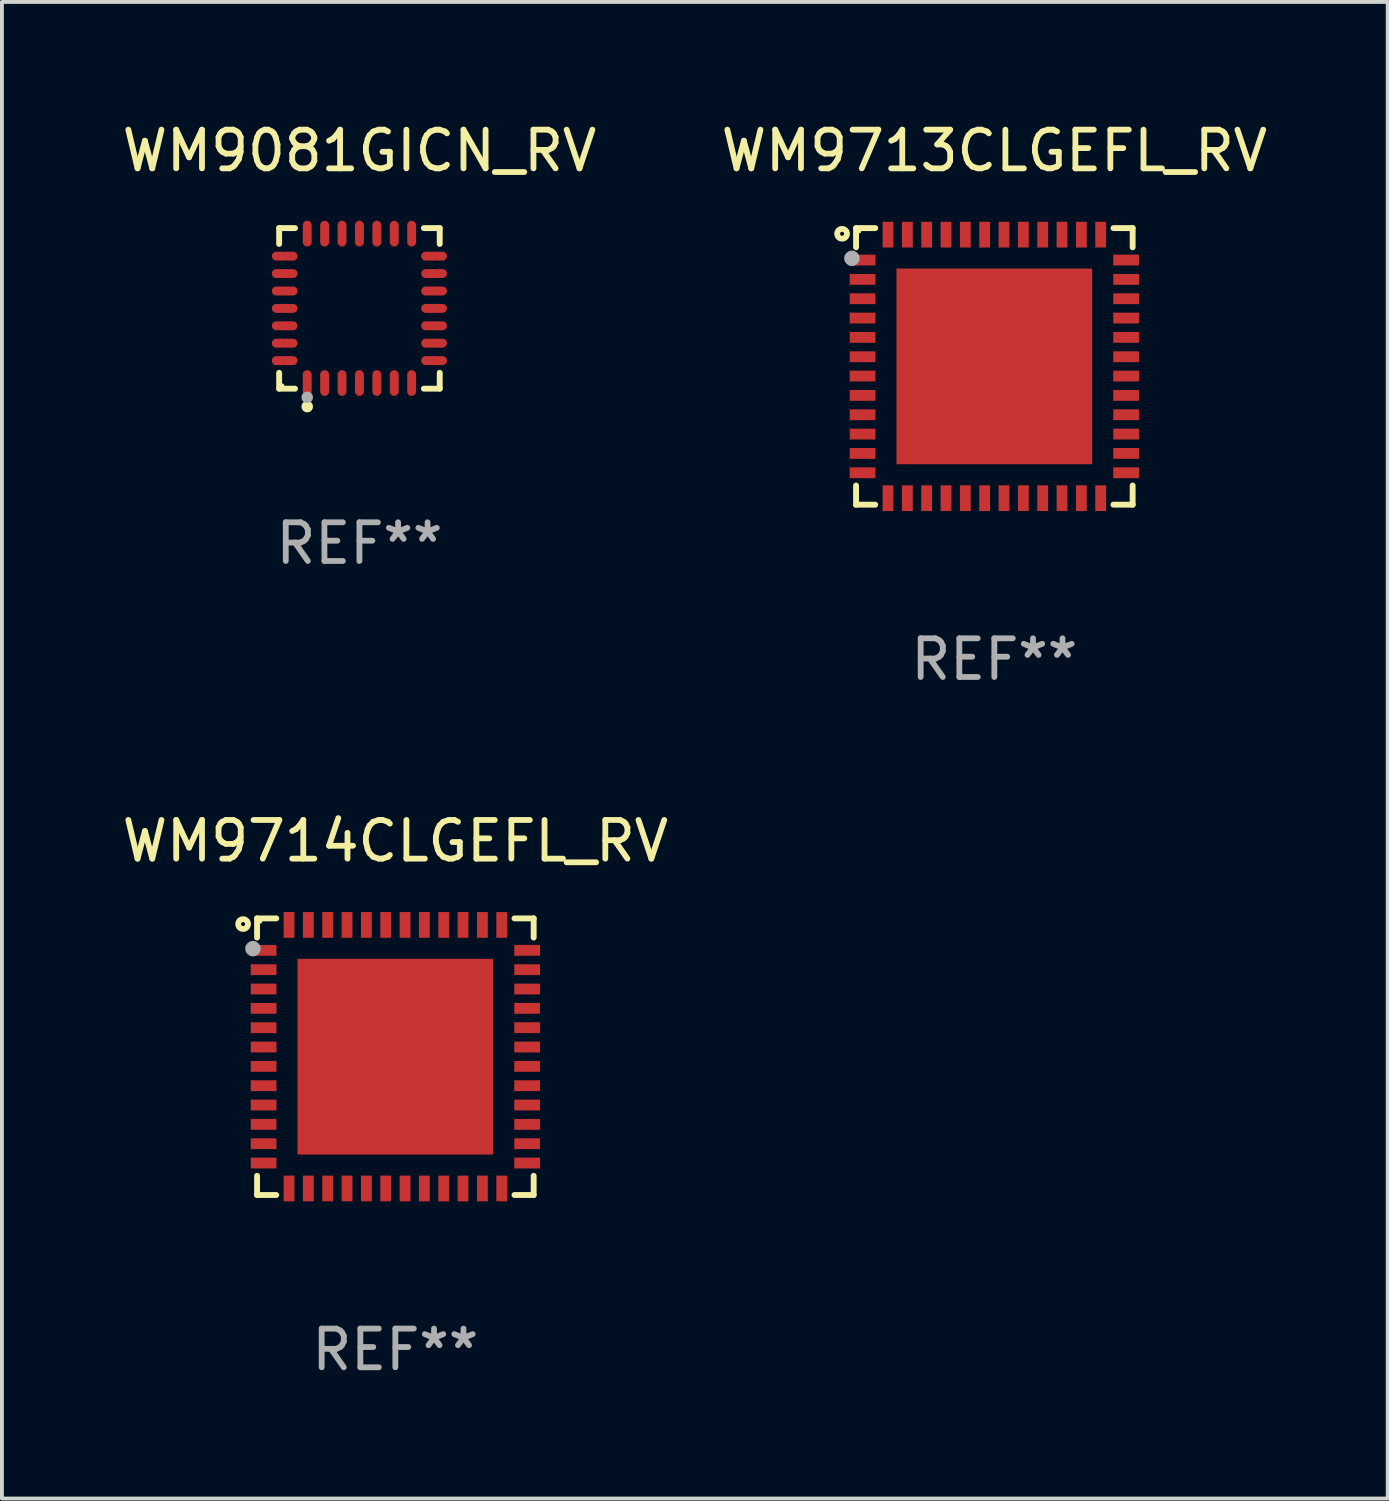
<source format=kicad_pcb>
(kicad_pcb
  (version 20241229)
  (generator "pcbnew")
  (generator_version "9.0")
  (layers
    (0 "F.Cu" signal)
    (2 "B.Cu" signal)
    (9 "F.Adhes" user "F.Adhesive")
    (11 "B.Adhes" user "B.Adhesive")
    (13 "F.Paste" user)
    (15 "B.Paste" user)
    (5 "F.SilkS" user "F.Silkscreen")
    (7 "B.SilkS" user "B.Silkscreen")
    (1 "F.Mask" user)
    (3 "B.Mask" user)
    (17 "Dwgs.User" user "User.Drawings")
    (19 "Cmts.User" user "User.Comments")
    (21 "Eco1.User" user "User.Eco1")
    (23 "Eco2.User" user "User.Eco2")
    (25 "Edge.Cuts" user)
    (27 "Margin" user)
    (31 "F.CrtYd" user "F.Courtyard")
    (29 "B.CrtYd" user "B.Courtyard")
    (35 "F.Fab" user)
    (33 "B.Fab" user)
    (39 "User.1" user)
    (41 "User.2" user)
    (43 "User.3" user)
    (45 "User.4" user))
  (footprint "WM9714CLGEFL_RV"
    (layer "F.Cu")
    (at 7.173 24.273)
    (property "Reference" "WM9714CLGEFL_RV" (at 0 -5.576 0) (layer "F.SilkS") (effects (font (size 1 1) (thickness 0.15))))
    (attr through_hole)
    (fp_line (start -3.576 -3.576) (end -3.576 -3.08) (stroke (width 0.152) (type solid)) (layer "F.SilkS"))
    (fp_line (start -3.576 3.576) (end -3.576 3.08) (stroke (width 0.152) (type solid)) (layer "F.SilkS"))
    (fp_line (start -3.08 -3.576) (end -3.576 -3.576) (stroke (width 0.152) (type solid)) (layer "F.SilkS"))
    (fp_line (start -3.08 3.576) (end -3.576 3.576) (stroke (width 0.152) (type solid)) (layer "F.SilkS"))
    (fp_line (start 3.08 -3.576) (end 3.576 -3.576) (stroke (width 0.152) (type solid)) (layer "F.SilkS"))
    (fp_line (start 3.08 3.576) (end 3.576 3.576) (stroke (width 0.152) (type solid)) (layer "F.SilkS"))
    (fp_line (start 3.576 -3.576) (end 3.576 -3.08) (stroke (width 0.152) (type solid)) (layer "F.SilkS"))
    (fp_line (start 3.576 3.576) (end 3.576 3.08) (stroke (width 0.152) (type solid)) (layer "F.SilkS"))
    (fp_circle (center -3.937 -3.429) (end -3.81 -3.429) (stroke (width 0.15) (type solid)) (fill no) (layer "F.SilkS"))
    (fp_circle (center -3.5 -3.5) (end -3.47 -3.5) (stroke (width 0.06) (type solid)) (fill no) (layer "F.SilkS"))
    (fp_circle (center -3.683 -2.794) (end -3.583 -2.794) (stroke (width 0.2) (type solid)) (fill no) (layer "F.Fab"))
    (fp_text user "REF**" (at 0 7.576 0) (layer "F.Fab") (effects (font (size 1 1) (thickness 0.15))))
    (pad "1" smd rect (at -3.407 -2.75) (size 0.665 0.28) (layers "F.Cu" "F.Mask" "F.Paste"))
    (pad "2" smd rect (at -3.407 -2.25) (size 0.665 0.28) (layers "F.Cu" "F.Mask" "F.Paste"))
    (pad "3" smd rect (at -3.407 -1.75) (size 0.665 0.28) (layers "F.Cu" "F.Mask" "F.Paste"))
    (pad "4" smd rect (at -3.407 -1.25) (size 0.665 0.28) (layers "F.Cu" "F.Mask" "F.Paste"))
    (pad "5" smd rect (at -3.407 -0.75) (size 0.665 0.28) (layers "F.Cu" "F.Mask" "F.Paste"))
    (pad "6" smd rect (at -3.407 -0.25) (size 0.665 0.28) (layers "F.Cu" "F.Mask" "F.Paste"))
    (pad "7" smd rect (at -3.407 0.25) (size 0.665 0.28) (layers "F.Cu" "F.Mask" "F.Paste"))
    (pad "8" smd rect (at -3.407 0.75) (size 0.665 0.28) (layers "F.Cu" "F.Mask" "F.Paste"))
    (pad "9" smd rect (at -3.407 1.25) (size 0.665 0.28) (layers "F.Cu" "F.Mask" "F.Paste"))
    (pad "10" smd rect (at -3.407 1.75) (size 0.665 0.28) (layers "F.Cu" "F.Mask" "F.Paste"))
    (pad "11" smd rect (at -3.407 2.25) (size 0.665 0.28) (layers "F.Cu" "F.Mask" "F.Paste"))
    (pad "12" smd rect (at -3.407 2.75) (size 0.665 0.28) (layers "F.Cu" "F.Mask" "F.Paste"))
    (pad "13" smd rect (at -2.75 3.407) (size 0.28 0.665) (layers "F.Cu" "F.Mask" "F.Paste"))
    (pad "14" smd rect (at -2.25 3.407) (size 0.28 0.665) (layers "F.Cu" "F.Mask" "F.Paste"))
    (pad "15" smd rect (at -1.75 3.407) (size 0.28 0.665) (layers "F.Cu" "F.Mask" "F.Paste"))
    (pad "16" smd rect (at -1.25 3.407) (size 0.28 0.665) (layers "F.Cu" "F.Mask" "F.Paste"))
    (pad "17" smd rect (at -0.75 3.407) (size 0.28 0.665) (layers "F.Cu" "F.Mask" "F.Paste"))
    (pad "18" smd rect (at -0.25 3.407) (size 0.28 0.665) (layers "F.Cu" "F.Mask" "F.Paste"))
    (pad "19" smd rect (at 0.25 3.407) (size 0.28 0.665) (layers "F.Cu" "F.Mask" "F.Paste"))
    (pad "20" smd rect (at 0.75 3.407) (size 0.28 0.665) (layers "F.Cu" "F.Mask" "F.Paste"))
    (pad "21" smd rect (at 1.25 3.407) (size 0.28 0.665) (layers "F.Cu" "F.Mask" "F.Paste"))
    (pad "22" smd rect (at 1.75 3.407) (size 0.28 0.665) (layers "F.Cu" "F.Mask" "F.Paste"))
    (pad "23" smd rect (at 2.25 3.407) (size 0.28 0.665) (layers "F.Cu" "F.Mask" "F.Paste"))
    (pad "24" smd rect (at 2.75 3.407) (size 0.28 0.665) (layers "F.Cu" "F.Mask" "F.Paste"))
    (pad "25" smd rect (at 3.407 2.75) (size 0.665 0.28) (layers "F.Cu" "F.Mask" "F.Paste"))
    (pad "26" smd rect (at 3.407 2.25) (size 0.665 0.28) (layers "F.Cu" "F.Mask" "F.Paste"))
    (pad "27" smd rect (at 3.407 1.75) (size 0.665 0.28) (layers "F.Cu" "F.Mask" "F.Paste"))
    (pad "28" smd rect (at 3.407 1.25) (size 0.665 0.28) (layers "F.Cu" "F.Mask" "F.Paste"))
    (pad "29" smd rect (at 3.407 0.75) (size 0.665 0.28) (layers "F.Cu" "F.Mask" "F.Paste"))
    (pad "30" smd rect (at 3.407 0.25) (size 0.665 0.28) (layers "F.Cu" "F.Mask" "F.Paste"))
    (pad "31" smd rect (at 3.407 -0.25) (size 0.665 0.28) (layers "F.Cu" "F.Mask" "F.Paste"))
    (pad "32" smd rect (at 3.407 -0.75) (size 0.665 0.28) (layers "F.Cu" "F.Mask" "F.Paste"))
    (pad "33" smd rect (at 3.407 -1.25) (size 0.665 0.28) (layers "F.Cu" "F.Mask" "F.Paste"))
    (pad "34" smd rect (at 3.407 -1.75) (size 0.665 0.28) (layers "F.Cu" "F.Mask" "F.Paste"))
    (pad "35" smd rect (at 3.407 -2.25) (size 0.665 0.28) (layers "F.Cu" "F.Mask" "F.Paste"))
    (pad "36" smd rect (at 3.407 -2.75) (size 0.665 0.28) (layers "F.Cu" "F.Mask" "F.Paste"))
    (pad "37" smd rect (at 2.75 -3.407) (size 0.28 0.665) (layers "F.Cu" "F.Mask" "F.Paste"))
    (pad "38" smd rect (at 2.25 -3.407) (size 0.28 0.665) (layers "F.Cu" "F.Mask" "F.Paste"))
    (pad "39" smd rect (at 1.75 -3.407) (size 0.28 0.665) (layers "F.Cu" "F.Mask" "F.Paste"))
    (pad "40" smd rect (at 1.25 -3.407) (size 0.28 0.665) (layers "F.Cu" "F.Mask" "F.Paste"))
    (pad "41" smd rect (at 0.75 -3.407) (size 0.28 0.665) (layers "F.Cu" "F.Mask" "F.Paste"))
    (pad "42" smd rect (at 0.25 -3.407) (size 0.28 0.665) (layers "F.Cu" "F.Mask" "F.Paste"))
    (pad "43" smd rect (at -0.25 -3.407) (size 0.28 0.665) (layers "F.Cu" "F.Mask" "F.Paste"))
    (pad "44" smd rect (at -0.75 -3.407) (size 0.28 0.665) (layers "F.Cu" "F.Mask" "F.Paste"))
    (pad "45" smd rect (at -1.25 -3.407) (size 0.28 0.665) (layers "F.Cu" "F.Mask" "F.Paste"))
    (pad "46" smd rect (at -1.75 -3.407) (size 0.28 0.665) (layers "F.Cu" "F.Mask" "F.Paste"))
    (pad "47" smd rect (at -2.25 -3.407) (size 0.28 0.665) (layers "F.Cu" "F.Mask" "F.Paste"))
    (pad "48" smd rect (at -2.75 -3.407) (size 0.28 0.665) (layers "F.Cu" "F.Mask" "F.Paste"))
    (pad "49" smd rect (at 0 0) (size 5.06 5.06) (layers "F.Cu" "F.Mask" "F.Paste")))
  (footprint "WM9713CLGEFL_RV"
    (layer "F.Cu")
    (at 22.661 6.424)
    (property "Reference" "WM9713CLGEFL_RV" (at 0 -5.576 0) (layer "F.SilkS") (effects (font (size 1 1) (thickness 0.15))))
    (attr through_hole)
    (fp_line (start -3.576 -3.576) (end -3.576 -3.08) (stroke (width 0.152) (type solid)) (layer "F.SilkS"))
    (fp_line (start -3.576 3.576) (end -3.576 3.08) (stroke (width 0.152) (type solid)) (layer "F.SilkS"))
    (fp_line (start -3.08 -3.576) (end -3.576 -3.576) (stroke (width 0.152) (type solid)) (layer "F.SilkS"))
    (fp_line (start -3.08 3.576) (end -3.576 3.576) (stroke (width 0.152) (type solid)) (layer "F.SilkS"))
    (fp_line (start 3.08 -3.576) (end 3.576 -3.576) (stroke (width 0.152) (type solid)) (layer "F.SilkS"))
    (fp_line (start 3.08 3.576) (end 3.576 3.576) (stroke (width 0.152) (type solid)) (layer "F.SilkS"))
    (fp_line (start 3.576 -3.576) (end 3.576 -3.08) (stroke (width 0.152) (type solid)) (layer "F.SilkS"))
    (fp_line (start 3.576 3.576) (end 3.576 3.08) (stroke (width 0.152) (type solid)) (layer "F.SilkS"))
    (fp_circle (center -3.937 -3.429) (end -3.81 -3.429) (stroke (width 0.15) (type solid)) (fill no) (layer "F.SilkS"))
    (fp_circle (center -3.5 -3.5) (end -3.47 -3.5) (stroke (width 0.06) (type solid)) (fill no) (layer "F.SilkS"))
    (fp_circle (center -3.683 -2.794) (end -3.583 -2.794) (stroke (width 0.2) (type solid)) (fill no) (layer "F.Fab"))
    (fp_text user "REF**" (at 0 7.576 0) (layer "F.Fab") (effects (font (size 1 1) (thickness 0.15))))
    (pad "1" smd rect (at -3.407 -2.75) (size 0.665 0.28) (layers "F.Cu" "F.Mask" "F.Paste"))
    (pad "2" smd rect (at -3.407 -2.25) (size 0.665 0.28) (layers "F.Cu" "F.Mask" "F.Paste"))
    (pad "3" smd rect (at -3.407 -1.75) (size 0.665 0.28) (layers "F.Cu" "F.Mask" "F.Paste"))
    (pad "4" smd rect (at -3.407 -1.25) (size 0.665 0.28) (layers "F.Cu" "F.Mask" "F.Paste"))
    (pad "5" smd rect (at -3.407 -0.75) (size 0.665 0.28) (layers "F.Cu" "F.Mask" "F.Paste"))
    (pad "6" smd rect (at -3.407 -0.25) (size 0.665 0.28) (layers "F.Cu" "F.Mask" "F.Paste"))
    (pad "7" smd rect (at -3.407 0.25) (size 0.665 0.28) (layers "F.Cu" "F.Mask" "F.Paste"))
    (pad "8" smd rect (at -3.407 0.75) (size 0.665 0.28) (layers "F.Cu" "F.Mask" "F.Paste"))
    (pad "9" smd rect (at -3.407 1.25) (size 0.665 0.28) (layers "F.Cu" "F.Mask" "F.Paste"))
    (pad "10" smd rect (at -3.407 1.75) (size 0.665 0.28) (layers "F.Cu" "F.Mask" "F.Paste"))
    (pad "11" smd rect (at -3.407 2.25) (size 0.665 0.28) (layers "F.Cu" "F.Mask" "F.Paste"))
    (pad "12" smd rect (at -3.407 2.75) (size 0.665 0.28) (layers "F.Cu" "F.Mask" "F.Paste"))
    (pad "13" smd rect (at -2.75 3.407) (size 0.28 0.665) (layers "F.Cu" "F.Mask" "F.Paste"))
    (pad "14" smd rect (at -2.25 3.407) (size 0.28 0.665) (layers "F.Cu" "F.Mask" "F.Paste"))
    (pad "15" smd rect (at -1.75 3.407) (size 0.28 0.665) (layers "F.Cu" "F.Mask" "F.Paste"))
    (pad "16" smd rect (at -1.25 3.407) (size 0.28 0.665) (layers "F.Cu" "F.Mask" "F.Paste"))
    (pad "17" smd rect (at -0.75 3.407) (size 0.28 0.665) (layers "F.Cu" "F.Mask" "F.Paste"))
    (pad "18" smd rect (at -0.25 3.407) (size 0.28 0.665) (layers "F.Cu" "F.Mask" "F.Paste"))
    (pad "19" smd rect (at 0.25 3.407) (size 0.28 0.665) (layers "F.Cu" "F.Mask" "F.Paste"))
    (pad "20" smd rect (at 0.75 3.407) (size 0.28 0.665) (layers "F.Cu" "F.Mask" "F.Paste"))
    (pad "21" smd rect (at 1.25 3.407) (size 0.28 0.665) (layers "F.Cu" "F.Mask" "F.Paste"))
    (pad "22" smd rect (at 1.75 3.407) (size 0.28 0.665) (layers "F.Cu" "F.Mask" "F.Paste"))
    (pad "23" smd rect (at 2.25 3.407) (size 0.28 0.665) (layers "F.Cu" "F.Mask" "F.Paste"))
    (pad "24" smd rect (at 2.75 3.407) (size 0.28 0.665) (layers "F.Cu" "F.Mask" "F.Paste"))
    (pad "25" smd rect (at 3.407 2.75) (size 0.665 0.28) (layers "F.Cu" "F.Mask" "F.Paste"))
    (pad "26" smd rect (at 3.407 2.25) (size 0.665 0.28) (layers "F.Cu" "F.Mask" "F.Paste"))
    (pad "27" smd rect (at 3.407 1.75) (size 0.665 0.28) (layers "F.Cu" "F.Mask" "F.Paste"))
    (pad "28" smd rect (at 3.407 1.25) (size 0.665 0.28) (layers "F.Cu" "F.Mask" "F.Paste"))
    (pad "29" smd rect (at 3.407 0.75) (size 0.665 0.28) (layers "F.Cu" "F.Mask" "F.Paste"))
    (pad "30" smd rect (at 3.407 0.25) (size 0.665 0.28) (layers "F.Cu" "F.Mask" "F.Paste"))
    (pad "31" smd rect (at 3.407 -0.25) (size 0.665 0.28) (layers "F.Cu" "F.Mask" "F.Paste"))
    (pad "32" smd rect (at 3.407 -0.75) (size 0.665 0.28) (layers "F.Cu" "F.Mask" "F.Paste"))
    (pad "33" smd rect (at 3.407 -1.25) (size 0.665 0.28) (layers "F.Cu" "F.Mask" "F.Paste"))
    (pad "34" smd rect (at 3.407 -1.75) (size 0.665 0.28) (layers "F.Cu" "F.Mask" "F.Paste"))
    (pad "35" smd rect (at 3.407 -2.25) (size 0.665 0.28) (layers "F.Cu" "F.Mask" "F.Paste"))
    (pad "36" smd rect (at 3.407 -2.75) (size 0.665 0.28) (layers "F.Cu" "F.Mask" "F.Paste"))
    (pad "37" smd rect (at 2.75 -3.407) (size 0.28 0.665) (layers "F.Cu" "F.Mask" "F.Paste"))
    (pad "38" smd rect (at 2.25 -3.407) (size 0.28 0.665) (layers "F.Cu" "F.Mask" "F.Paste"))
    (pad "39" smd rect (at 1.75 -3.407) (size 0.28 0.665) (layers "F.Cu" "F.Mask" "F.Paste"))
    (pad "40" smd rect (at 1.25 -3.407) (size 0.28 0.665) (layers "F.Cu" "F.Mask" "F.Paste"))
    (pad "41" smd rect (at 0.75 -3.407) (size 0.28 0.665) (layers "F.Cu" "F.Mask" "F.Paste"))
    (pad "42" smd rect (at 0.25 -3.407) (size 0.28 0.665) (layers "F.Cu" "F.Mask" "F.Paste"))
    (pad "43" smd rect (at -0.25 -3.407) (size 0.28 0.665) (layers "F.Cu" "F.Mask" "F.Paste"))
    (pad "44" smd rect (at -0.75 -3.407) (size 0.28 0.665) (layers "F.Cu" "F.Mask" "F.Paste"))
    (pad "45" smd rect (at -1.25 -3.407) (size 0.28 0.665) (layers "F.Cu" "F.Mask" "F.Paste"))
    (pad "46" smd rect (at -1.75 -3.407) (size 0.28 0.665) (layers "F.Cu" "F.Mask" "F.Paste"))
    (pad "47" smd rect (at -2.25 -3.407) (size 0.28 0.665) (layers "F.Cu" "F.Mask" "F.Paste"))
    (pad "48" smd rect (at -2.75 -3.407) (size 0.28 0.665) (layers "F.Cu" "F.Mask" "F.Paste"))
    (pad "49" smd rect (at 0 0) (size 5.06 5.06) (layers "F.Cu" "F.Mask" "F.Paste")))
  (footprint "WM9081GICN_RV"
    (layer "F.Cu")
    (at 6.244 4.924)
    (property "Reference" "WM9081GICN_RV" (at 0 -4.076 0) (layer "F.SilkS") (effects (font (size 1 1) (thickness 0.15))))
    (attr through_hole)
    (fp_line (start -2.076 -2.076) (end -1.666 -2.076) (stroke (width 0.152) (type solid)) (layer "F.SilkS"))
    (fp_line (start -2.076 -1.666) (end -2.076 -2.076) (stroke (width 0.152) (type solid)) (layer "F.SilkS"))
    (fp_line (start -2.076 1.666) (end -2.076 2.076) (stroke (width 0.152) (type solid)) (layer "F.SilkS"))
    (fp_line (start -2.076 2.076) (end -1.666 2.076) (stroke (width 0.152) (type solid)) (layer "F.SilkS"))
    (fp_line (start 2.076 -2.076) (end 1.666 -2.076) (stroke (width 0.152) (type solid)) (layer "F.SilkS"))
    (fp_line (start 2.076 -1.666) (end 2.076 -2.076) (stroke (width 0.152) (type solid)) (layer "F.SilkS"))
    (fp_line (start 2.076 1.666) (end 2.076 2.076) (stroke (width 0.152) (type solid)) (layer "F.SilkS"))
    (fp_line (start 2.076 2.076) (end 1.666 2.076) (stroke (width 0.152) (type solid)) (layer "F.SilkS"))
    (fp_circle (center -2 2) (end -1.97 2) (stroke (width 0.06) (type solid)) (fill no) (layer "F.SilkS"))
    (fp_circle (center -1.35 2.54) (end -1.275 2.54) (stroke (width 0.15) (type solid)) (fill no) (layer "F.SilkS"))
    (fp_circle (center -1.35 2.3) (end -1.275 2.3) (stroke (width 0.15) (type solid)) (fill no) (layer "F.Fab"))
    (fp_text user "REF**" (at 0 6.076 0) (layer "F.Fab") (effects (font (size 1 1) (thickness 0.15))))
    (pad "1" smd oval (at -1.35 1.93) (size 0.23 0.665) (layers "F.Cu" "F.Mask" "F.Paste"))
    (pad "2" smd oval (at -0.9 1.93) (size 0.23 0.665) (layers "F.Cu" "F.Mask" "F.Paste"))
    (pad "3" smd oval (at -0.45 1.93) (size 0.23 0.665) (layers "F.Cu" "F.Mask" "F.Paste"))
    (pad "4" smd oval (at 0 1.93) (size 0.23 0.665) (layers "F.Cu" "F.Mask" "F.Paste"))
    (pad "5" smd oval (at 0.45 1.93) (size 0.23 0.665) (layers "F.Cu" "F.Mask" "F.Paste"))
    (pad "6" smd oval (at 0.9 1.93) (size 0.23 0.665) (layers "F.Cu" "F.Mask" "F.Paste"))
    (pad "7" smd oval (at 1.35 1.93) (size 0.23 0.665) (layers "F.Cu" "F.Mask" "F.Paste"))
    (pad "8" smd oval (at 1.93 1.35) (size 0.665 0.23) (layers "F.Cu" "F.Mask" "F.Paste"))
    (pad "9" smd oval (at 1.93 0.9) (size 0.665 0.23) (layers "F.Cu" "F.Mask" "F.Paste"))
    (pad "10" smd oval (at 1.93 0.45) (size 0.665 0.23) (layers "F.Cu" "F.Mask" "F.Paste"))
    (pad "11" smd oval (at 1.93 0) (size 0.665 0.23) (layers "F.Cu" "F.Mask" "F.Paste"))
    (pad "12" smd oval (at 1.93 -0.45) (size 0.665 0.23) (layers "F.Cu" "F.Mask" "F.Paste"))
    (pad "13" smd oval (at 1.93 -0.9) (size 0.665 0.23) (layers "F.Cu" "F.Mask" "F.Paste"))
    (pad "14" smd oval (at 1.93 -1.35) (size 0.665 0.23) (layers "F.Cu" "F.Mask" "F.Paste"))
    (pad "15" smd oval (at 1.35 -1.933) (size 0.23 0.665) (layers "F.Cu" "F.Mask" "F.Paste"))
    (pad "16" smd oval (at 0.9 -1.933) (size 0.23 0.665) (layers "F.Cu" "F.Mask" "F.Paste"))
    (pad "17" smd oval (at 0.45 -1.933) (size 0.23 0.665) (layers "F.Cu" "F.Mask" "F.Paste"))
    (pad "18" smd oval (at 0 -1.933) (size 0.23 0.665) (layers "F.Cu" "F.Mask" "F.Paste"))
    (pad "19" smd oval (at -0.45 -1.933) (size 0.23 0.665) (layers "F.Cu" "F.Mask" "F.Paste"))
    (pad "20" smd oval (at -0.9 -1.933) (size 0.23 0.665) (layers "F.Cu" "F.Mask" "F.Paste"))
    (pad "21" smd oval (at -1.35 -1.933) (size 0.23 0.665) (layers "F.Cu" "F.Mask" "F.Paste"))
    (pad "22" smd oval (at -1.933 -1.35) (size 0.665 0.23) (layers "F.Cu" "F.Mask" "F.Paste"))
    (pad "23" smd oval (at -1.933 -0.9) (size 0.665 0.23) (layers "F.Cu" "F.Mask" "F.Paste"))
    (pad "24" smd oval (at -1.933 -0.45) (size 0.665 0.23) (layers "F.Cu" "F.Mask" "F.Paste"))
    (pad "25" smd oval (at -1.933 0) (size 0.665 0.23) (layers "F.Cu" "F.Mask" "F.Paste"))
    (pad "26" smd oval (at -1.933 0.45) (size 0.665 0.23) (layers "F.Cu" "F.Mask" "F.Paste"))
    (pad "27" smd oval (at -1.933 0.9) (size 0.665 0.23) (layers "F.Cu" "F.Mask" "F.Paste"))
    (pad "28" smd oval (at -1.933 1.35) (size 0.665 0.23) (layers "F.Cu" "F.Mask" "F.Paste")))
  (gr_rect
    (start -3 -3)
    (end 32.833 35.698)
    (stroke (width 0.1) (type default))
    (fill no)
    (layer "Edge.Cuts")))
</source>
